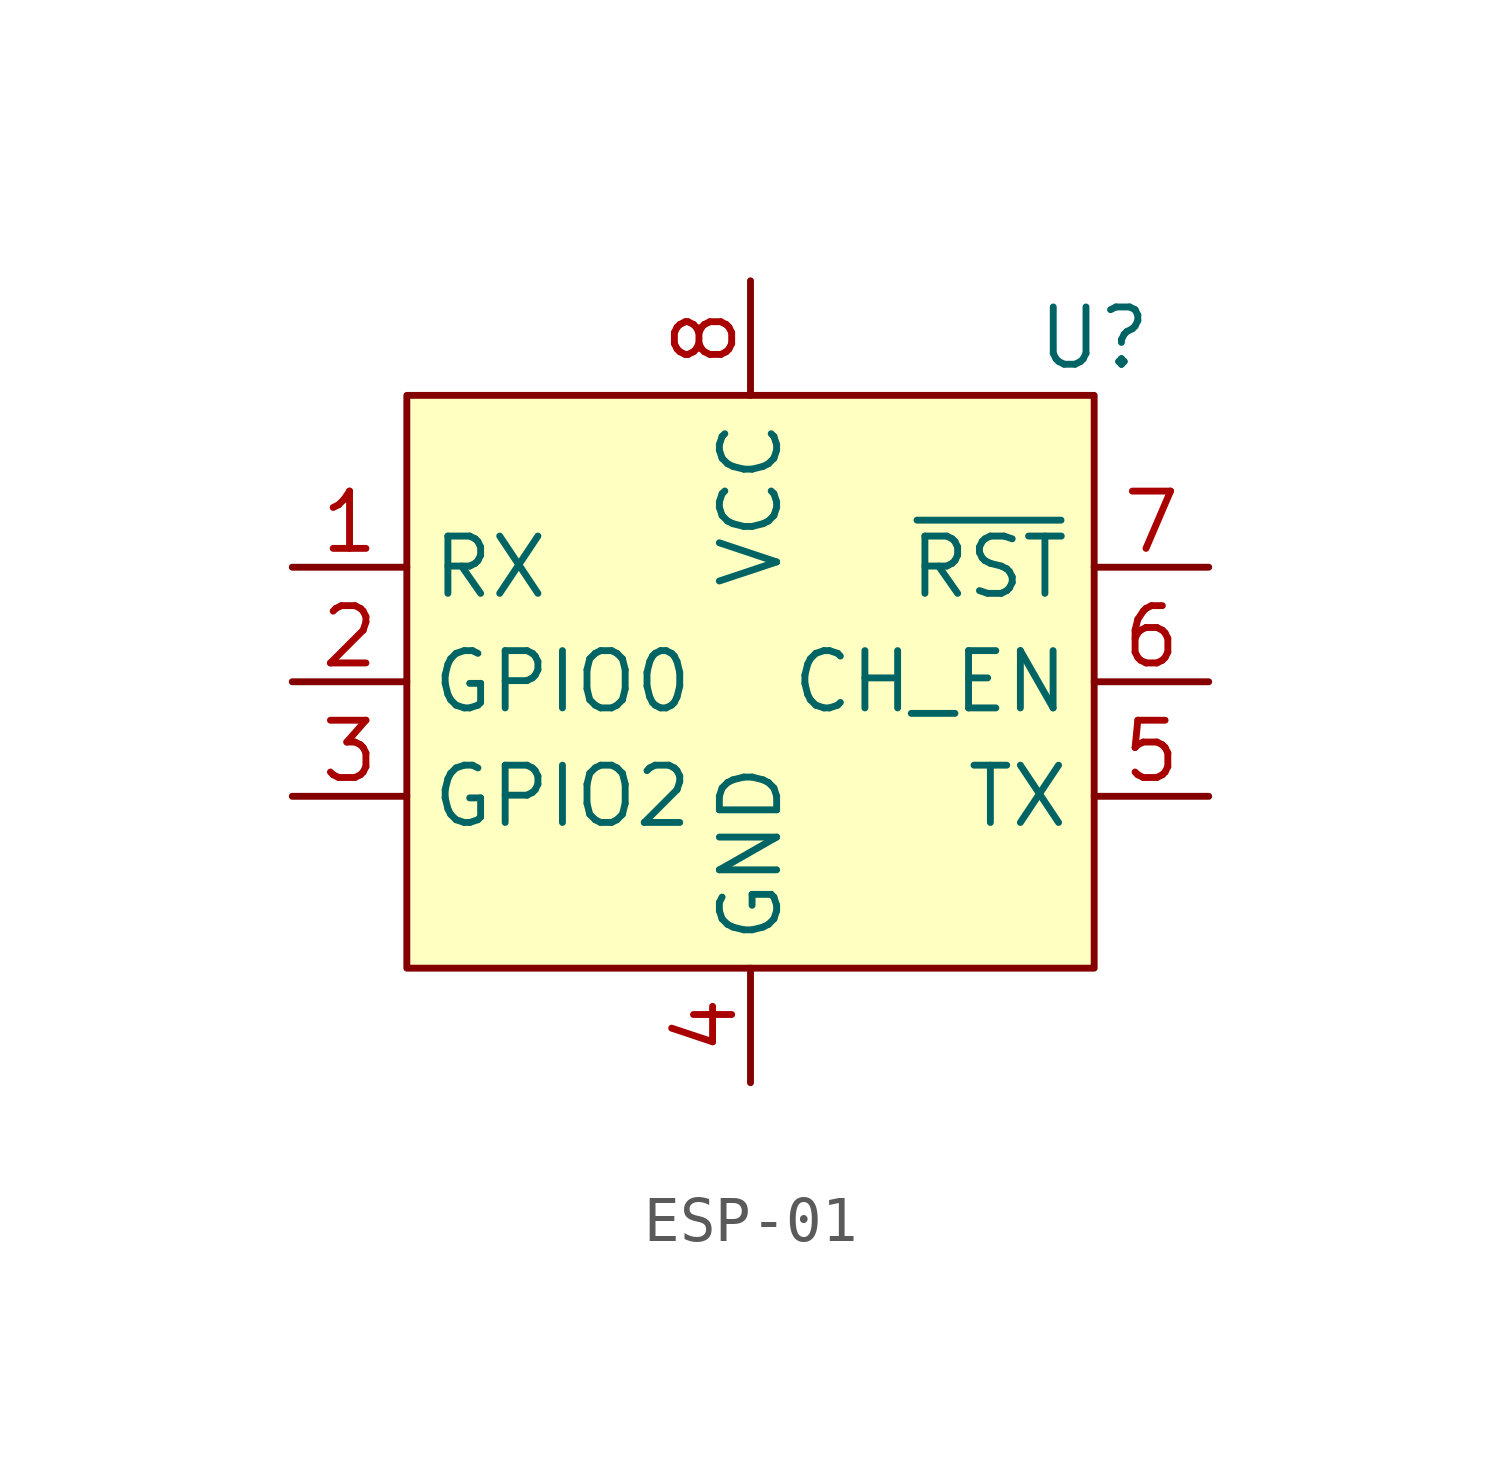
<source format=kicad_sym>
(kicad_symbol_lib
  (version 20220914)
  (generator kicad_symbol_editor)
  (symbol "ESP-01"
    (property "Reference" "U"
      (at 12.7 1.27 0)
      (effects (font (size 1.27 1.27))))
    (property "Value" ""
      (at 0 0 0)
      (effects (font (size 1.27 1.27))))
    (symbol "ESP-01_1_1"
      (rectangle (start -2.54 0) (end 12.7 -12.7) (stroke (width 0) (type default)) (fill (type background)))
      (pin input line (at -5.08 -3.81 0) (length 2.54) (name "RX" (effects (font (size 1.27 1.27)))) (number "1" (effects (font (size 1.27 1.27)))))
      (pin bidirectional line (at -5.08 -6.35 0) (length 2.54) (name "GPIO0" (effects (font (size 1.27 1.27)))) (number "2" (effects (font (size 1.27 1.27)))))
      (pin bidirectional line (at -5.08 -8.89 0) (length 2.54) (name "GPIO2" (effects (font (size 1.27 1.27)))) (number "3" (effects (font (size 1.27 1.27)))))
      (pin power_in line (at 5.08 -15.24 90) (length 2.54) (name "GND" (effects (font (size 1.27 1.27)))) (number "4" (effects (font (size 1.27 1.27)))))
      (pin output line (at 15.24 -8.89 180) (length 2.54) (name "TX" (effects (font (size 1.27 1.27)))) (number "5" (effects (font (size 1.27 1.27)))))
      (pin input line (at 15.24 -6.35 180) (length 2.54) (name "CH_EN" (effects (font (size 1.27 1.27)))) (number "6" (effects (font (size 1.27 1.27)))))
      (pin input line (at 15.24 -3.81 180) (length 2.54) (name "~{RST}" (effects (font (size 1.27 1.27)))) (number "7" (effects (font (size 1.27 1.27)))))
      (pin power_in line (at 5.08 2.54 270) (length 2.54) (name "VCC" (effects (font (size 1.27 1.27)))) (number "8" (effects (font (size 1.27 1.27))))))))
</source>
